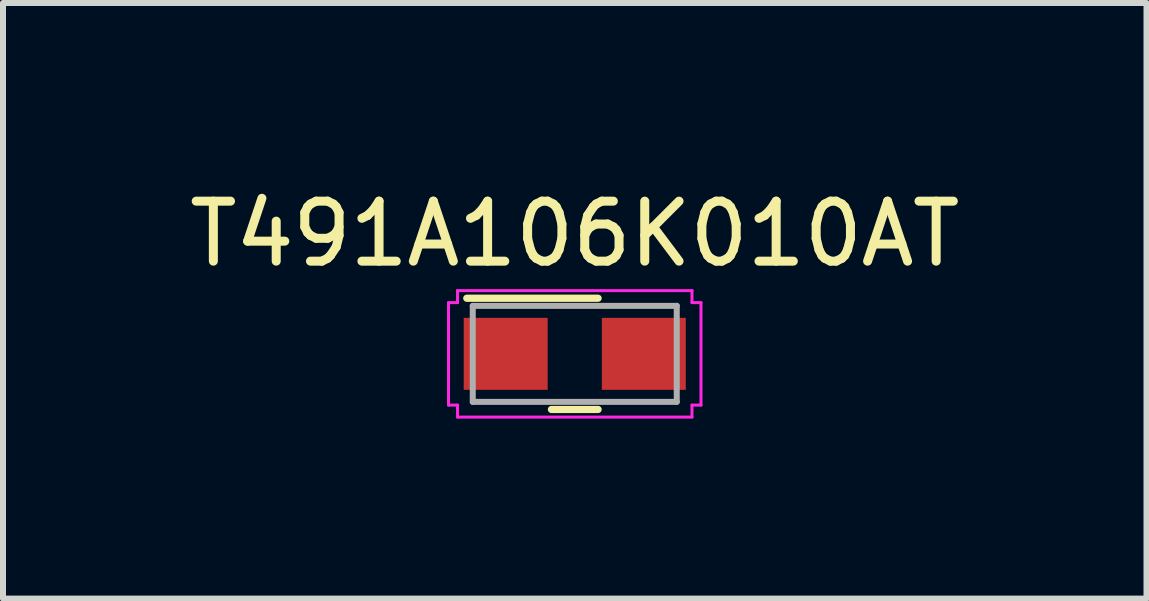
<source format=kicad_pcb>
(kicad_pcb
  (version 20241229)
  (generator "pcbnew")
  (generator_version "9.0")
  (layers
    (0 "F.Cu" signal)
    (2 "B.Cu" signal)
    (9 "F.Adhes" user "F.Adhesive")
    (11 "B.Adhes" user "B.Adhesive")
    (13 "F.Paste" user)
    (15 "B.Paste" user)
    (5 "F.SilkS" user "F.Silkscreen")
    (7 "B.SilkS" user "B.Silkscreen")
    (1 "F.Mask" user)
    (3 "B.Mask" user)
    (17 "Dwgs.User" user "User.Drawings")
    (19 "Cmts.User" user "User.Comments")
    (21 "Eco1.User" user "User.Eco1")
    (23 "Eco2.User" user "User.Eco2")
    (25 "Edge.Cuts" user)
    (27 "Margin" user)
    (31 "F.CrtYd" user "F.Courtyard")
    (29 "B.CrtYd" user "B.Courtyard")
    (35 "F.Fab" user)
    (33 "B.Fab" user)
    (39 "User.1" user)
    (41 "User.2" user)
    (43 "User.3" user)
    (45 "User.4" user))
  (footprint "T491A106K010AT"
    (layer "F.Cu")
    (at 6.53 2.848)
    (property "Reference" "T491A106K010AT" (at 0 -2 0) (layer "F.SilkS") (effects (font (size 1 1) (thickness 0.15))))
    (attr through_hole)
    (fp_line (start -0.389 0.927) (end 0.389 0.927) (stroke (width 0.12) (type solid)) (layer "F.SilkS"))
    (fp_line (start 0.389 -0.927) (end -1.8 -0.927) (stroke (width 0.12) (type solid)) (layer "F.SilkS"))
    (fp_line (start -2.104 -0.854) (end -1.954 -0.854) (stroke (width 0.05) (type solid)) (layer "F.CrtYd"))
    (fp_line (start -2.104 0.854) (end -2.104 -0.854) (stroke (width 0.05) (type solid)) (layer "F.CrtYd"))
    (fp_line (start -1.954 -1.054) (end 1.954 -1.054) (stroke (width 0.05) (type solid)) (layer "F.CrtYd"))
    (fp_line (start -1.954 -0.854) (end -1.954 -1.054) (stroke (width 0.05) (type solid)) (layer "F.CrtYd"))
    (fp_line (start -1.954 0.854) (end -2.104 0.854) (stroke (width 0.05) (type solid)) (layer "F.CrtYd"))
    (fp_line (start -1.954 1.054) (end -1.954 0.854) (stroke (width 0.05) (type solid)) (layer "F.CrtYd"))
    (fp_line (start 1.954 -1.054) (end 1.954 -0.854) (stroke (width 0.05) (type solid)) (layer "F.CrtYd"))
    (fp_line (start 1.954 -0.854) (end 2.104 -0.854) (stroke (width 0.05) (type solid)) (layer "F.CrtYd"))
    (fp_line (start 1.954 0.854) (end 1.954 1.054) (stroke (width 0.05) (type solid)) (layer "F.CrtYd"))
    (fp_line (start 1.954 1.054) (end -1.954 1.054) (stroke (width 0.05) (type solid)) (layer "F.CrtYd"))
    (fp_line (start 2.104 -0.854) (end 2.104 0.854) (stroke (width 0.05) (type solid)) (layer "F.CrtYd"))
    (fp_line (start 2.104 0.854) (end 1.954 0.854) (stroke (width 0.05) (type solid)) (layer "F.CrtYd"))
    (fp_line (start -1.7 -0.8) (end -1.7 0.8) (stroke (width 0.1) (type solid)) (layer "F.Fab"))
    (fp_line (start -1.7 0.8) (end 1.7 0.8) (stroke (width 0.1) (type solid)) (layer "F.Fab"))
    (fp_line (start 1.7 -0.8) (end -1.7 -0.8) (stroke (width 0.1) (type solid)) (layer "F.Fab"))
    (fp_line (start 1.7 0.8) (end 1.7 -0.8) (stroke (width 0.1) (type solid)) (layer "F.Fab"))
    (pad "1" smd rect (at -1.151 0 90) (size 1.2 1.399) (layers "F.Cu" "F.Mask" "F.Paste"))
    (pad "2" smd rect (at 1.151 0 90) (size 1.2 1.399) (layers "F.Cu" "F.Mask" "F.Paste")))
  (gr_rect
    (start -3 -3)
    (end 16.06 6.927)
    (stroke (width 0.1) (type default))
    (fill no)
    (layer "Edge.Cuts")))
</source>
